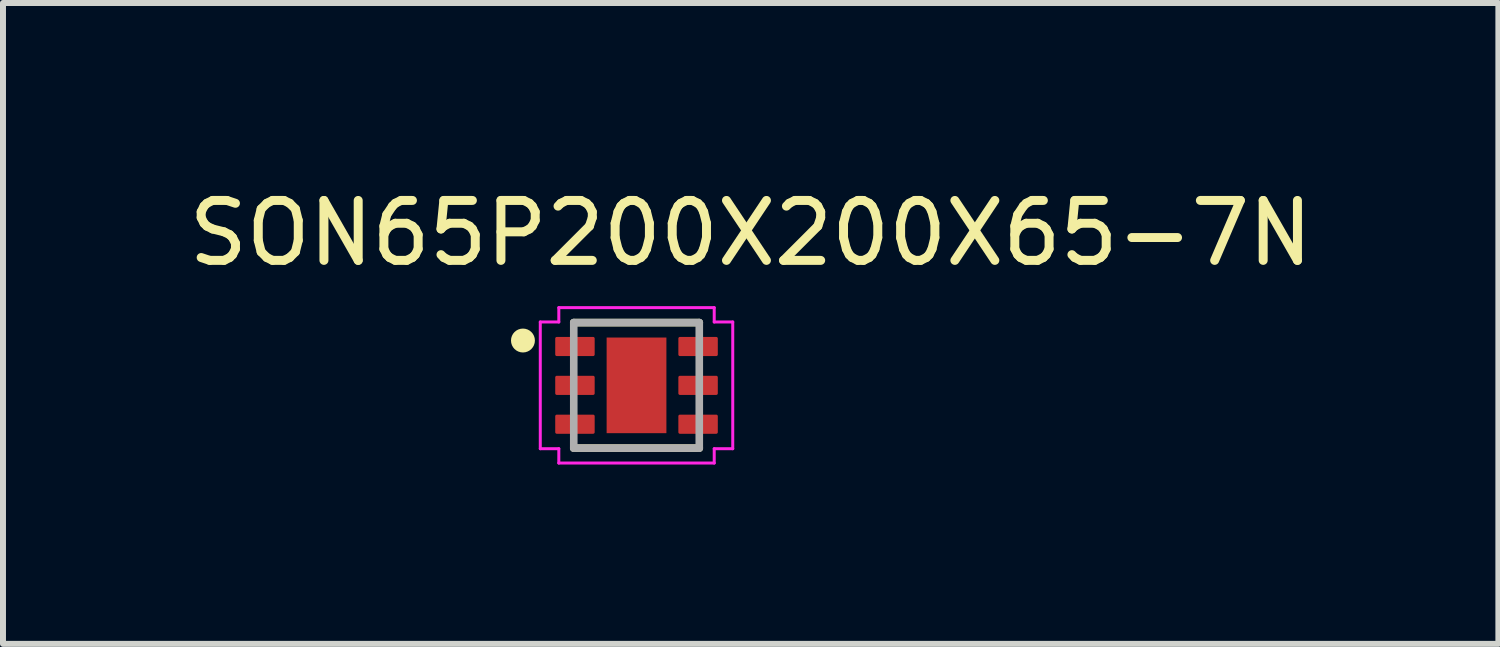
<source format=kicad_pcb>
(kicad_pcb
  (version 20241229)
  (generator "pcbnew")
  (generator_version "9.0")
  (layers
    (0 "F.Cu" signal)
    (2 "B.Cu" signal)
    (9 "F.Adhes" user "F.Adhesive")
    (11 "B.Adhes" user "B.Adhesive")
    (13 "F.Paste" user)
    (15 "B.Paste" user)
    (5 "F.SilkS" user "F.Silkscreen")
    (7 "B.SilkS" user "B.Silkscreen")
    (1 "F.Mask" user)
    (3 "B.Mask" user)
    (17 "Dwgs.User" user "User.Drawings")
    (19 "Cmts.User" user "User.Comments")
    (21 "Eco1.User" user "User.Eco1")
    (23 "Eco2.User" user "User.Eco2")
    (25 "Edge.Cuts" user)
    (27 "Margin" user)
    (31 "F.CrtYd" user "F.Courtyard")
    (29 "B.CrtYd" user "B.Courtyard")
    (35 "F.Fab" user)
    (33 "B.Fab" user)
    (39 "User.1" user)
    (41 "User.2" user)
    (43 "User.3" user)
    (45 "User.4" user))
  (footprint "SON65P200X200X65-7N"
    (layer "F.Cu")
    (at 7.599 3.397)
    (property "Reference" "SON65P200X200X65-7N" (at 1.911 -2.547 0) (layer "F.SilkS") (effects (font (size 1.003 1.003) (thickness 0.15))))
    (attr through_hole)
    (fp_line (start -1.05 -1.05) (end 1.05 -1.05) (stroke (width 0.127) (type solid)) (layer "F.SilkS"))
    (fp_line (start 1.05 1.05) (end -1.05 1.05) (stroke (width 0.127) (type solid)) (layer "F.SilkS"))
    (fp_circle (center -1.9 -0.75) (end -1.8 -0.75) (stroke (width 0.2) (type solid)) (fill no) (layer "F.SilkS"))
    (fp_poly (pts (xy -0.321 -0.51) (xy 0.32 -0.51) (xy 0.32 0.511) (xy -0.321 0.511)) (stroke (width 0.01) (type solid)) (fill yes) (layer "F.Paste"))
    (fp_line (start -1.61 -1.06) (end -1.3 -1.06) (stroke (width 0.05) (type solid)) (layer "F.CrtYd"))
    (fp_line (start -1.61 1.06) (end -1.61 -1.06) (stroke (width 0.05) (type solid)) (layer "F.CrtYd"))
    (fp_line (start -1.3 -1.3) (end 1.3 -1.3) (stroke (width 0.05) (type solid)) (layer "F.CrtYd"))
    (fp_line (start -1.3 -1.06) (end -1.3 -1.3) (stroke (width 0.05) (type solid)) (layer "F.CrtYd"))
    (fp_line (start -1.3 1.06) (end -1.61 1.06) (stroke (width 0.05) (type solid)) (layer "F.CrtYd"))
    (fp_line (start -1.3 1.3) (end -1.3 1.06) (stroke (width 0.05) (type solid)) (layer "F.CrtYd"))
    (fp_line (start 1.3 -1.3) (end 1.3 -1.06) (stroke (width 0.05) (type solid)) (layer "F.CrtYd"))
    (fp_line (start 1.3 -1.06) (end 1.61 -1.06) (stroke (width 0.05) (type solid)) (layer "F.CrtYd"))
    (fp_line (start 1.3 1.06) (end 1.3 1.3) (stroke (width 0.05) (type solid)) (layer "F.CrtYd"))
    (fp_line (start 1.3 1.3) (end -1.3 1.3) (stroke (width 0.05) (type solid)) (layer "F.CrtYd"))
    (fp_line (start 1.61 -1.06) (end 1.61 1.06) (stroke (width 0.05) (type solid)) (layer "F.CrtYd"))
    (fp_line (start 1.61 1.06) (end 1.3 1.06) (stroke (width 0.05) (type solid)) (layer "F.CrtYd"))
    (fp_line (start -1.05 -1.05) (end 1.05 -1.05) (stroke (width 0.127) (type solid)) (layer "F.Fab"))
    (fp_line (start -1.05 1.05) (end -1.05 -1.05) (stroke (width 0.127) (type solid)) (layer "F.Fab"))
    (fp_line (start 1.05 -1.05) (end 1.05 1.05) (stroke (width 0.127) (type solid)) (layer "F.Fab"))
    (fp_line (start 1.05 1.05) (end -1.05 1.05) (stroke (width 0.127) (type solid)) (layer "F.Fab"))
    (pad "1" smd roundrect (at -1.03 -0.65 90) (size 0.32 0.66) (layers "F.Cu" "F.Mask" "F.Paste") (roundrect_rratio 0.08))
    (pad "2" smd roundrect (at -1.03 0 90) (size 0.32 0.66) (layers "F.Cu" "F.Mask" "F.Paste") (roundrect_rratio 0.08))
    (pad "3" smd roundrect (at -1.03 0.65 90) (size 0.32 0.66) (layers "F.Cu" "F.Mask" "F.Paste") (roundrect_rratio 0.08))
    (pad "4" smd roundrect (at 1.03 0.65 90) (size 0.32 0.66) (layers "F.Cu" "F.Mask" "F.Paste") (roundrect_rratio 0.08))
    (pad "5" smd roundrect (at 1.03 0 90) (size 0.32 0.66) (layers "F.Cu" "F.Mask" "F.Paste") (roundrect_rratio 0.08))
    (pad "6" smd roundrect (at 1.03 -0.65 90) (size 0.32 0.66) (layers "F.Cu" "F.Mask" "F.Paste") (roundrect_rratio 0.08))
    (pad "7" smd rect (at 0 0 90) (size 1.6 1) (layers "F.Cu" "F.Mask")))
  (gr_rect
    (start -3 -3)
    (end 22.018 7.722)
    (stroke (width 0.1) (type default))
    (fill no)
    (layer "Edge.Cuts")))
</source>
